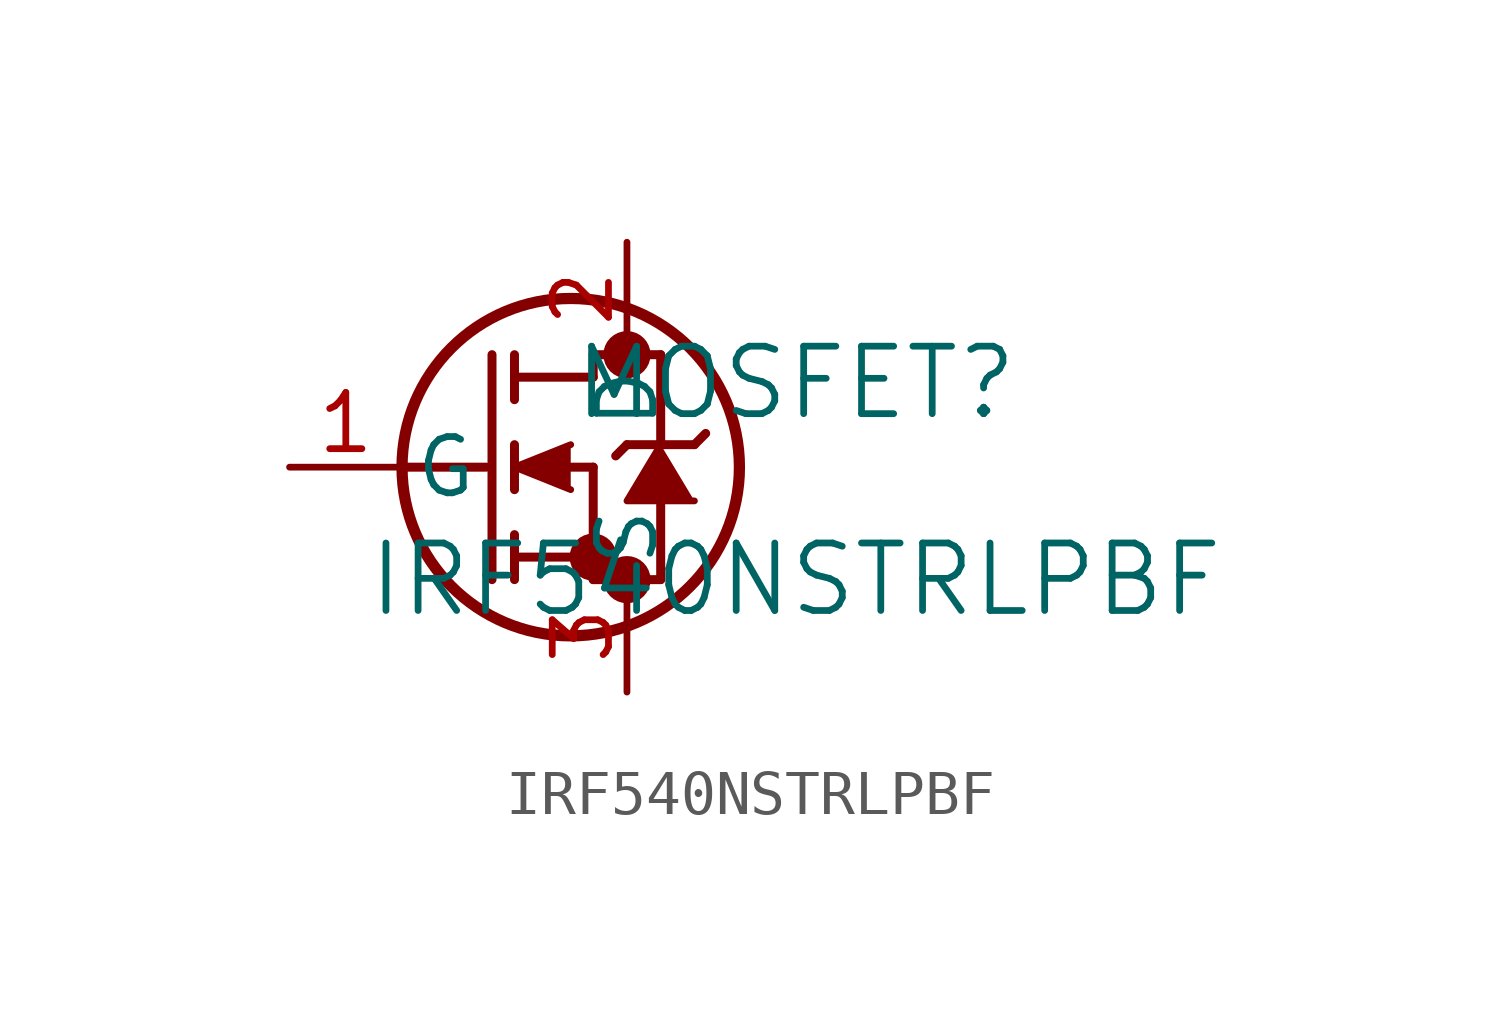
<source format=kicad_sym>
(kicad_symbol_lib
  (version 20211014)
  (generator kicad_symbol_editor)
  (symbol "IRF540NSTRLPBF"
    (pin_names
      (offset 0.254))
    (property "Reference" "MOSFET"
      (at 11.43 1.905 0)
      (effects (font (size 1.524 1.524))))
    (property "Value" "IRF540NSTRLPBF"
      (at 11.43 -2.54 0)
      (effects (font (size 1.524 1.524))))
    (symbol "IRF540NSTRLPBF_0_1"
      (circle (center 7.62 2.54) (radius 0.025) (stroke (width 0.508) (type default) (color 0 0 0 0)) (fill (type none)))
      (circle (center 7.62 -2.54) (radius 0.025) (stroke (width 0.508) (type default) (color 0 0 0 0)) (fill (type none)))
      (circle (center 6.858 -2.032) (radius 0.025) (stroke (width 0.508) (type default) (color 0 0 0 0)) (fill (type none)))
      (circle (center 6.35 0) (radius 3.81) (stroke (width 0.254) (type default) (color 0 0 0 0)) (fill (type none)))
      (polyline (pts (xy 2.54 0) (xy 4.445 0)) (stroke (width 0.203) (type default) (color 0 0 0 0)) (fill (type none)))
      (polyline (pts (xy 4.572 -2.54) (xy 4.572 2.54)) (stroke (width 0.203) (type default) (color 0 0 0 0)) (fill (type none)))
      (polyline (pts (xy 5.08 -0.508) (xy 5.08 0.508)) (stroke (width 0.203) (type default) (color 0 0 0 0)) (fill (type none)))
      (polyline (pts (xy 5.08 -2.54) (xy 5.08 -1.524)) (stroke (width 0.203) (type default) (color 0 0 0 0)) (fill (type none)))
      (polyline (pts (xy 5.08 1.524) (xy 5.08 2.54)) (stroke (width 0.203) (type default) (color 0 0 0 0)) (fill (type none)))
      (polyline (pts (xy 6.35 0) (xy 6.858 0)) (stroke (width 0.203) (type default) (color 0 0 0 0)) (fill (type none)))
      (polyline (pts (xy 5.08 -2.032) (xy 6.858 -2.032)) (stroke (width 0.203) (type default) (color 0 0 0 0)) (fill (type none)))
      (polyline (pts (xy 6.858 -2.54) (xy 6.858 0)) (stroke (width 0.203) (type default) (color 0 0 0 0)) (fill (type none)))
      (polyline (pts (xy 6.858 -2.54) (xy 8.382 -2.54)) (stroke (width 0.203) (type default) (color 0 0 0 0)) (fill (type none)))
      (polyline (pts (xy 5.08 2.032) (xy 6.858 2.032)) (stroke (width 0.203) (type default) (color 0 0 0 0)) (fill (type none)))
      (polyline (pts (xy 8.382 0.508) (xy 8.382 2.54)) (stroke (width 0.203) (type default) (color 0 0 0 0)) (fill (type none)))
      (polyline (pts (xy 6.35 0.508) (xy 5.08 0) (xy 6.35 -0.508)) (stroke (width 0) (type default) (color 0 0 0 0)) (fill (type outline)))
      (polyline (pts (xy 9.144 -0.762) (xy 7.62 -0.762) (xy 8.382 0.508)) (stroke (width 0) (type default) (color 0 0 0 0)) (fill (type outline)))
      (polyline (pts (xy 8.382 -2.54) (xy 8.382 -0.762)) (stroke (width 0.203) (type default) (color 0 0 0 0)) (fill (type none)))
      (polyline (pts (xy 7.366 0.254) (xy 7.62 0.508)) (stroke (width 0.203) (type default) (color 0 0 0 0)) (fill (type none)))
      (polyline (pts (xy 6.858 2.54) (xy 8.382 2.54)) (stroke (width 0.203) (type default) (color 0 0 0 0)) (fill (type none)))
      (polyline (pts (xy 6.858 2.032) (xy 6.858 2.54)) (stroke (width 0.203) (type default) (color 0 0 0 0)) (fill (type none)))
      (polyline (pts (xy 9.144 0.508) (xy 7.62 0.508)) (stroke (width 0.203) (type default) (color 0 0 0 0)) (fill (type none)))
      (polyline (pts (xy 9.398 0.762) (xy 9.144 0.508)) (stroke (width 0.203) (type default) (color 0 0 0 0)) (fill (type none)))
      (pin unspecified line (at 0 0 0) (length 2.54) (name "G" (effects (font (size 1.27 1.27)))) (number "1" (effects (font (size 1.27 1.27)))))
      (pin unspecified line (at 7.62 5.08 270) (length 2.54) (name "D" (effects (font (size 1.27 1.27)))) (number "2" (effects (font (size 1.27 1.27)))))
      (pin unspecified line (at 7.62 -5.08 90) (length 2.54) (name "S" (effects (font (size 1.27 1.27)))) (number "3" (effects (font (size 1.27 1.27))))))))
</source>
